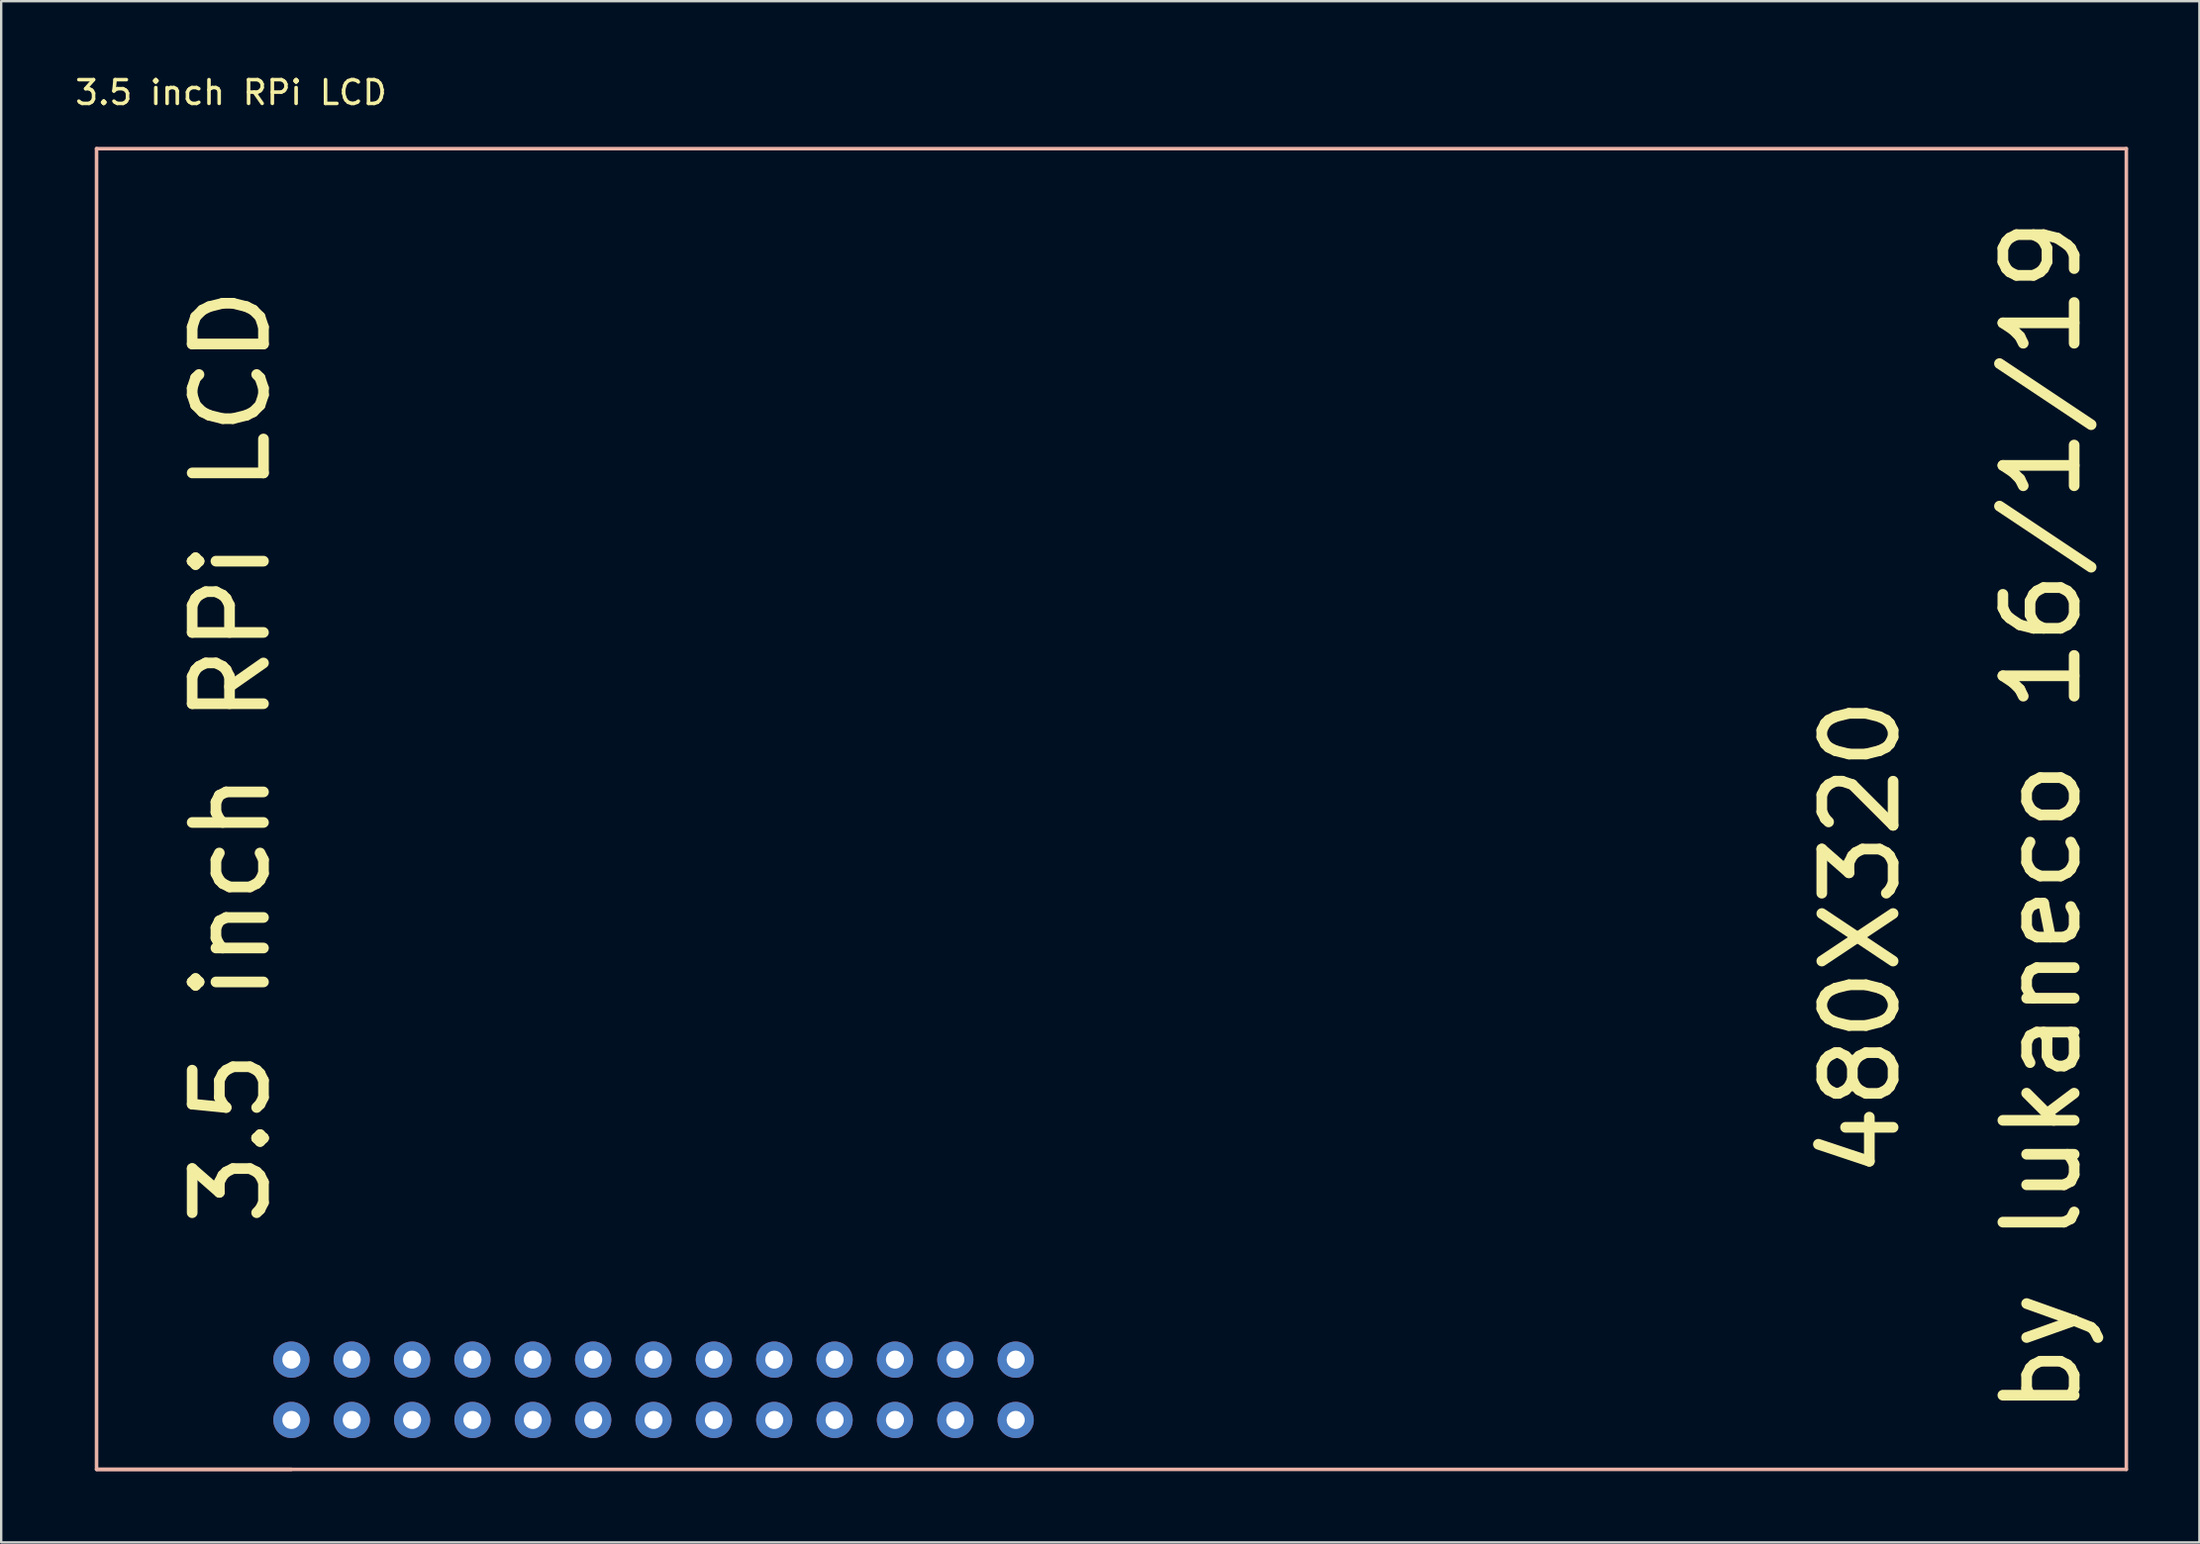
<source format=kicad_pcb>
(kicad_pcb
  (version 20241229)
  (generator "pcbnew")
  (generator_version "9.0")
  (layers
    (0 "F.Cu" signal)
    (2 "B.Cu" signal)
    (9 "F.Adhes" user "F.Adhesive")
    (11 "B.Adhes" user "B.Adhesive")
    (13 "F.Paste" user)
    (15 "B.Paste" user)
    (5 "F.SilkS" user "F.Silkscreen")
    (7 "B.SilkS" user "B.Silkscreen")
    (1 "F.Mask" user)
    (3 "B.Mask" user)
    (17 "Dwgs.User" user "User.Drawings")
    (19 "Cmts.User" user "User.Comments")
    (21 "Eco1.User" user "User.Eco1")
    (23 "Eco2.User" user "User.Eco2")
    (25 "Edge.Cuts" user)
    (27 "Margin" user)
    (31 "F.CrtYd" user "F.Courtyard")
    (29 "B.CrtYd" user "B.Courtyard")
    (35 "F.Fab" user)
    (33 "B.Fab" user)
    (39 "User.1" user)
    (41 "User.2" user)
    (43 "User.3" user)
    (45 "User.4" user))
  (footprint "3.5 inch RPi LCD"
    (layer "F.Cu")
    (at 9.213 54.188)
    (property "Reference" "3.5 inch RPi LCD" (at -2.54 -53.34 0) (layer "F.SilkS") (effects (font (size 1 1) (thickness 0.15))))
    (attr through_hole)
    (fp_line (start -8.2 -50.98) (end -8.2 4.62) (stroke (width 0.15) (type solid)) (layer "B.SilkS"))
    (fp_line (start -8.2 4.62) (end 77.22 4.62) (stroke (width 0.15) (type solid)) (layer "B.SilkS"))
    (fp_line (start 0 4.62) (end -8.18 4.62) (stroke (width 0.15) (type solid)) (layer "B.SilkS"))
    (fp_line (start 77.22 -50.98) (end -8.2 -50.98) (stroke (width 0.15) (type solid)) (layer "B.SilkS"))
    (fp_line (start 77.22 4.62) (end 77.22 -50.98) (stroke (width 0.15) (type solid)) (layer "B.SilkS"))
    (fp_text user "by lukaneco 16/1/19" (at 73.66 -22.86 90) (layer "F.SilkS") (effects (font (size 3 3) (thickness 0.45))))
    (fp_text user "3.5 inch RPi LCD" (at -2.54 -25.4 90) (layer "F.SilkS") (effects (font (size 3 3) (thickness 0.45))))
    (fp_text user "480X320" (at 66.04 -17.78 90) (layer "F.SilkS") (effects (font (size 3 3) (thickness 0.45))))
    (pad "1" thru_hole circle (at 0 0) (size 1.524 1.524) (drill 0.762) (layers "*.Cu" "*.Mask"))
    (pad "2" thru_hole circle (at 0 2.54) (size 1.524 1.524) (drill 0.762) (layers "*.Cu" "*.Mask"))
    (pad "3" thru_hole circle (at 2.54 0) (size 1.524 1.524) (drill 0.762) (layers "*.Cu" "*.Mask"))
    (pad "4" thru_hole circle (at 2.54 2.54) (size 1.524 1.524) (drill 0.762) (layers "*.Cu" "*.Mask"))
    (pad "5" thru_hole circle (at 5.08 0) (size 1.524 1.524) (drill 0.762) (layers "*.Cu" "*.Mask"))
    (pad "6" thru_hole circle (at 5.08 2.54) (size 1.524 1.524) (drill 0.762) (layers "*.Cu" "*.Mask"))
    (pad "7" thru_hole circle (at 7.62 0) (size 1.524 1.524) (drill 0.762) (layers "*.Cu" "*.Mask"))
    (pad "8" thru_hole circle (at 7.62 2.54) (size 1.524 1.524) (drill 0.762) (layers "*.Cu" "*.Mask"))
    (pad "9" thru_hole circle (at 10.16 0) (size 1.524 1.524) (drill 0.762) (layers "*.Cu" "*.Mask"))
    (pad "10" thru_hole circle (at 10.16 2.54) (size 1.524 1.524) (drill 0.762) (layers "*.Cu" "*.Mask"))
    (pad "11" thru_hole circle (at 12.7 0) (size 1.524 1.524) (drill 0.762) (layers "*.Cu" "*.Mask"))
    (pad "12" thru_hole circle (at 12.7 2.54) (size 1.524 1.524) (drill 0.762) (layers "*.Cu" "*.Mask"))
    (pad "13" thru_hole circle (at 15.24 0) (size 1.524 1.524) (drill 0.762) (layers "*.Cu" "*.Mask"))
    (pad "14" thru_hole circle (at 15.24 2.54) (size 1.524 1.524) (drill 0.762) (layers "*.Cu" "*.Mask"))
    (pad "15" thru_hole circle (at 17.78 0) (size 1.524 1.524) (drill 0.762) (layers "*.Cu" "*.Mask"))
    (pad "16" thru_hole circle (at 17.78 2.54) (size 1.524 1.524) (drill 0.762) (layers "*.Cu" "*.Mask"))
    (pad "17" thru_hole circle (at 20.32 0) (size 1.524 1.524) (drill 0.762) (layers "*.Cu" "*.Mask"))
    (pad "18" thru_hole circle (at 20.32 2.54) (size 1.524 1.524) (drill 0.762) (layers "*.Cu" "*.Mask"))
    (pad "19" thru_hole circle (at 22.86 0) (size 1.524 1.524) (drill 0.762) (layers "*.Cu" "*.Mask"))
    (pad "20" thru_hole circle (at 22.86 2.54) (size 1.524 1.524) (drill 0.762) (layers "*.Cu" "*.Mask"))
    (pad "21" thru_hole circle (at 25.4 0) (size 1.524 1.524) (drill 0.762) (layers "*.Cu" "*.Mask"))
    (pad "22" thru_hole circle (at 25.4 2.54) (size 1.524 1.524) (drill 0.762) (layers "*.Cu" "*.Mask"))
    (pad "23" thru_hole circle (at 27.94 0) (size 1.524 1.524) (drill 0.762) (layers "*.Cu" "*.Mask"))
    (pad "24" thru_hole circle (at 27.94 2.54) (size 1.524 1.524) (drill 0.762) (layers "*.Cu" "*.Mask"))
    (pad "25" thru_hole circle (at 30.48 0) (size 1.524 1.524) (drill 0.762) (layers "*.Cu" "*.Mask"))
    (pad "26" thru_hole circle (at 30.48 2.54) (size 1.524 1.524) (drill 0.762) (layers "*.Cu" "*.Mask")))
  (gr_rect
    (start -3 -3)
    (end 89.508 61.883)
    (stroke (width 0.1) (type default))
    (fill no)
    (layer "Edge.Cuts")))
</source>
